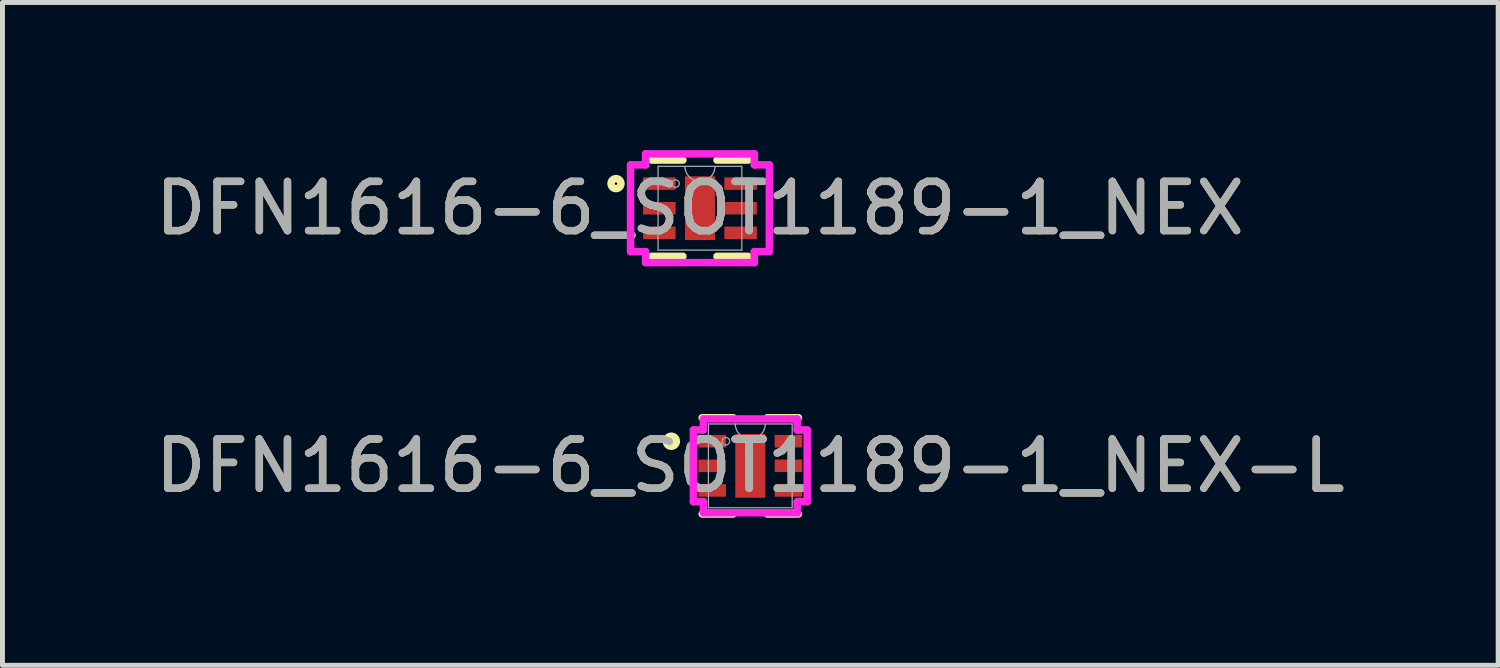
<source format=kicad_pcb>
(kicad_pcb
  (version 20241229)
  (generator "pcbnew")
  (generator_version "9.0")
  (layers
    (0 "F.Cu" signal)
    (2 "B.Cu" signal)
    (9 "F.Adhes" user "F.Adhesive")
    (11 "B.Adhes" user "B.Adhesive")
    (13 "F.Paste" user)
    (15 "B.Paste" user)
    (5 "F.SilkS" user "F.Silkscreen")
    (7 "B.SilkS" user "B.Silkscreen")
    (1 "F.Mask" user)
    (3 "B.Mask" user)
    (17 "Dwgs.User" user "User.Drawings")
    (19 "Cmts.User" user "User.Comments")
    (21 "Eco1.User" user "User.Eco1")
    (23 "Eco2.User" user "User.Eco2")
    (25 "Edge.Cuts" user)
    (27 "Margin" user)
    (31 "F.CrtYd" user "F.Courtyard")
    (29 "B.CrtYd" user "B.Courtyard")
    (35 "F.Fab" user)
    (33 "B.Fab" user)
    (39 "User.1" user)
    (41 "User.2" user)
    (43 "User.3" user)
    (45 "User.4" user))
  (footprint "DFN1616-6_SOT1189-1_NEX-L"
    (layer "F.Cu")
    (at 12.196 6.416)
    (property "Reference" "DFN1616-6_SOT1189-1_NEX-L" (at 0 0 0) (unlocked yes) (layer "F.SilkS") (effects (font (size 1 1) (thickness 0.15))))
    (attr smd)
    (fp_line (start -0.978 0.978) (end -0.346 0.978) (stroke (width 0.152) (type solid)) (layer "F.SilkS"))
    (fp_line (start -0.346 -0.978) (end -0.978 -0.978) (stroke (width 0.152) (type solid)) (layer "F.SilkS"))
    (fp_line (start 0.346 0.978) (end 0.978 0.978) (stroke (width 0.152) (type solid)) (layer "F.SilkS"))
    (fp_line (start 0.978 -0.978) (end 0.346 -0.978) (stroke (width 0.152) (type solid)) (layer "F.SilkS"))
    (fp_circle (center -1.605 -0.5) (end -1.503 -0.5) (stroke (width 0.152) (type solid)) (fill no) (layer "F.SilkS"))
    (fp_line (start -1.156 -0.729) (end -0.953 -0.729) (stroke (width 0.152) (type solid)) (layer "F.CrtYd"))
    (fp_line (start -1.156 0.729) (end -1.156 -0.729) (stroke (width 0.152) (type solid)) (layer "F.CrtYd"))
    (fp_line (start -1.156 0.729) (end -0.953 0.729) (stroke (width 0.152) (type solid)) (layer "F.CrtYd"))
    (fp_line (start -0.953 -0.953) (end 0.953 -0.953) (stroke (width 0.152) (type solid)) (layer "F.CrtYd"))
    (fp_line (start -0.953 -0.729) (end -0.953 -0.953) (stroke (width 0.152) (type solid)) (layer "F.CrtYd"))
    (fp_line (start -0.953 0.953) (end -0.953 0.729) (stroke (width 0.152) (type solid)) (layer "F.CrtYd"))
    (fp_line (start 0.953 -0.953) (end 0.953 -0.729) (stroke (width 0.152) (type solid)) (layer "F.CrtYd"))
    (fp_line (start 0.953 0.729) (end 0.953 0.953) (stroke (width 0.152) (type solid)) (layer "F.CrtYd"))
    (fp_line (start 0.953 0.953) (end -0.953 0.953) (stroke (width 0.152) (type solid)) (layer "F.CrtYd"))
    (fp_line (start 1.156 -0.729) (end 0.953 -0.729) (stroke (width 0.152) (type solid)) (layer "F.CrtYd"))
    (fp_line (start 1.156 -0.729) (end 1.156 0.729) (stroke (width 0.152) (type solid)) (layer "F.CrtYd"))
    (fp_line (start 1.156 0.729) (end 0.953 0.729) (stroke (width 0.152) (type solid)) (layer "F.CrtYd"))
    (fp_line (start -0.851 -0.851) (end -0.851 0.851) (stroke (width 0.025) (type solid)) (layer "F.Fab"))
    (fp_line (start -0.851 0.851) (end 0.851 0.851) (stroke (width 0.025) (type solid)) (layer "F.Fab"))
    (fp_line (start 0.851 -0.851) (end -0.851 -0.851) (stroke (width 0.025) (type solid)) (layer "F.Fab"))
    (fp_line (start 0.851 0.851) (end 0.851 -0.851) (stroke (width 0.025) (type solid)) (layer "F.Fab"))
    (fp_arc (start 0.3048 -0.8509) (mid 0 -0.5461) (end -0.3048 -0.8509) (stroke (width 0.0254) (type solid)) (layer "F.Fab"))
    (fp_circle (center -0.495 -0.5) (end -0.419 -0.5) (stroke (width 0.025) (type solid)) (fill no) (layer "F.Fab"))
    (fp_text user "${REFERENCE}" (at 0 0 0) (unlocked yes) (layer "F.Fab") (effects (font (size 1 1) (thickness 0.15))))
    (pad "1" smd rect (at -0.775 -0.5) (size 0.559 0.254) (layers "F.Cu" "F.Mask" "F.Paste"))
    (pad "2" smd rect (at -0.775 0) (size 0.559 0.254) (layers "F.Cu" "F.Mask" "F.Paste"))
    (pad "3" smd rect (at -0.775 0.5) (size 0.559 0.254) (layers "F.Cu" "F.Mask" "F.Paste"))
    (pad "4" smd rect (at 0.775 0.5) (size 0.559 0.254) (layers "F.Cu" "F.Mask" "F.Paste"))
    (pad "5" smd rect (at 0.775 0) (size 0.559 0.254) (layers "F.Cu" "F.Mask" "F.Paste"))
    (pad "6" smd rect (at 0.775 -0.5) (size 0.559 0.254) (layers "F.Cu" "F.Mask" "F.Paste"))
    (pad "7" smd rect (at 0 0) (size 0.61 1.295) (layers "F.Cu" "F.Mask" "F.Paste")))
  (footprint "DFN1616-6_SOT1189-1_NEX"
    (layer "F.Cu")
    (at 11.173 1.181)
    (property "Reference" "DFN1616-6_SOT1189-1_NEX" (at 0 0 0) (unlocked yes) (layer "F.SilkS") (effects (font (size 1 1) (thickness 0.15))))
    (attr smd)
    (fp_line (start -0.978 0.978) (end -0.346 0.978) (stroke (width 0.152) (type solid)) (layer "F.SilkS"))
    (fp_line (start -0.346 -0.978) (end -0.978 -0.978) (stroke (width 0.152) (type solid)) (layer "F.SilkS"))
    (fp_line (start 0.346 0.978) (end 0.978 0.978) (stroke (width 0.152) (type solid)) (layer "F.SilkS"))
    (fp_line (start 0.978 -0.978) (end 0.346 -0.978) (stroke (width 0.152) (type solid)) (layer "F.SilkS"))
    (fp_circle (center -1.706 -0.5) (end -1.605 -0.5) (stroke (width 0.152) (type solid)) (fill no) (layer "F.SilkS"))
    (fp_line (start -1.41 -0.881) (end -1.105 -0.881) (stroke (width 0.152) (type solid)) (layer "F.CrtYd"))
    (fp_line (start -1.41 0.881) (end -1.41 -0.881) (stroke (width 0.152) (type solid)) (layer "F.CrtYd"))
    (fp_line (start -1.41 0.881) (end -1.105 0.881) (stroke (width 0.152) (type solid)) (layer "F.CrtYd"))
    (fp_line (start -1.105 -1.105) (end 1.105 -1.105) (stroke (width 0.152) (type solid)) (layer "F.CrtYd"))
    (fp_line (start -1.105 -0.881) (end -1.105 -1.105) (stroke (width 0.152) (type solid)) (layer "F.CrtYd"))
    (fp_line (start -1.105 1.105) (end -1.105 0.881) (stroke (width 0.152) (type solid)) (layer "F.CrtYd"))
    (fp_line (start 1.105 -1.105) (end 1.105 -0.881) (stroke (width 0.152) (type solid)) (layer "F.CrtYd"))
    (fp_line (start 1.105 0.881) (end 1.105 1.105) (stroke (width 0.152) (type solid)) (layer "F.CrtYd"))
    (fp_line (start 1.105 1.105) (end -1.105 1.105) (stroke (width 0.152) (type solid)) (layer "F.CrtYd"))
    (fp_line (start 1.41 -0.881) (end 1.105 -0.881) (stroke (width 0.152) (type solid)) (layer "F.CrtYd"))
    (fp_line (start 1.41 -0.881) (end 1.41 0.881) (stroke (width 0.152) (type solid)) (layer "F.CrtYd"))
    (fp_line (start 1.41 0.881) (end 1.105 0.881) (stroke (width 0.152) (type solid)) (layer "F.CrtYd"))
    (fp_line (start -0.851 -0.851) (end -0.851 0.851) (stroke (width 0.025) (type solid)) (layer "F.Fab"))
    (fp_line (start -0.851 0.851) (end 0.851 0.851) (stroke (width 0.025) (type solid)) (layer "F.Fab"))
    (fp_line (start 0.851 -0.851) (end -0.851 -0.851) (stroke (width 0.025) (type solid)) (layer "F.Fab"))
    (fp_line (start 0.851 0.851) (end 0.851 -0.851) (stroke (width 0.025) (type solid)) (layer "F.Fab"))
    (fp_arc (start 0.3048 -0.8509) (mid 0 -0.5461) (end -0.3048 -0.8509) (stroke (width 0.0254) (type solid)) (layer "F.Fab"))
    (fp_circle (center -0.495 -0.5) (end -0.419 -0.5) (stroke (width 0.025) (type solid)) (fill no) (layer "F.Fab"))
    (fp_text user "${REFERENCE}" (at 0 0 0) (unlocked yes) (layer "F.Fab") (effects (font (size 1 1) (thickness 0.15))))
    (pad "1" smd rect (at -0.826 -0.5) (size 0.66 0.254) (layers "F.Cu" "F.Mask" "F.Paste"))
    (pad "2" smd rect (at -0.826 0) (size 0.66 0.254) (layers "F.Cu" "F.Mask" "F.Paste"))
    (pad "3" smd rect (at -0.826 0.5) (size 0.66 0.254) (layers "F.Cu" "F.Mask" "F.Paste"))
    (pad "4" smd rect (at 0.826 0.5) (size 0.66 0.254) (layers "F.Cu" "F.Mask" "F.Paste"))
    (pad "5" smd rect (at 0.826 0) (size 0.66 0.254) (layers "F.Cu" "F.Mask" "F.Paste"))
    (pad "6" smd rect (at 0.826 -0.5) (size 0.66 0.254) (layers "F.Cu" "F.Mask" "F.Paste"))
    (pad "7" smd rect (at 0 0) (size 0.61 1.295) (layers "F.Cu" "F.Mask" "F.Paste")))
  (gr_rect
    (start -3 -3)
    (end 27.393 10.47)
    (stroke (width 0.1) (type default))
    (fill no)
    (layer "Edge.Cuts")))
</source>
